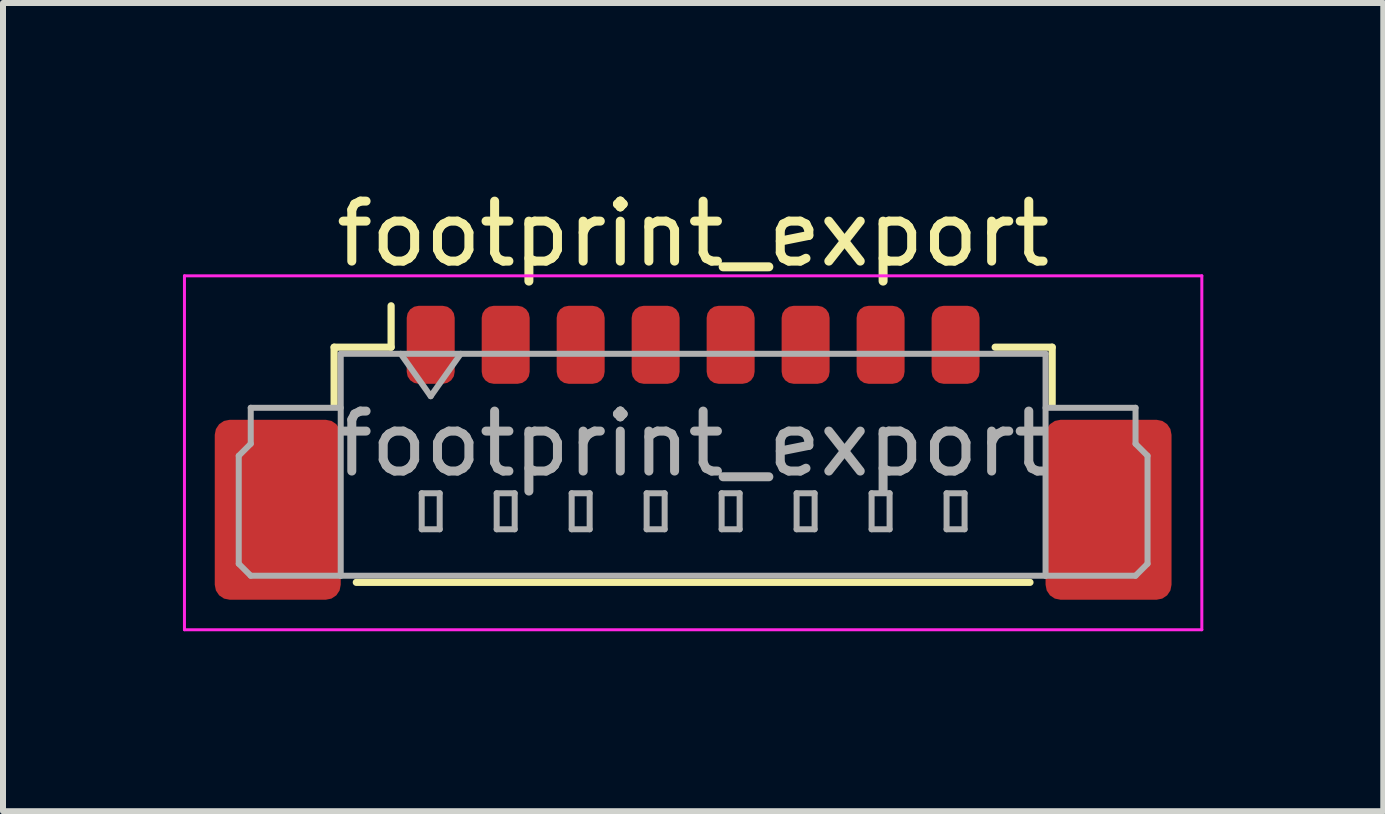
<source format=kicad_pcb>
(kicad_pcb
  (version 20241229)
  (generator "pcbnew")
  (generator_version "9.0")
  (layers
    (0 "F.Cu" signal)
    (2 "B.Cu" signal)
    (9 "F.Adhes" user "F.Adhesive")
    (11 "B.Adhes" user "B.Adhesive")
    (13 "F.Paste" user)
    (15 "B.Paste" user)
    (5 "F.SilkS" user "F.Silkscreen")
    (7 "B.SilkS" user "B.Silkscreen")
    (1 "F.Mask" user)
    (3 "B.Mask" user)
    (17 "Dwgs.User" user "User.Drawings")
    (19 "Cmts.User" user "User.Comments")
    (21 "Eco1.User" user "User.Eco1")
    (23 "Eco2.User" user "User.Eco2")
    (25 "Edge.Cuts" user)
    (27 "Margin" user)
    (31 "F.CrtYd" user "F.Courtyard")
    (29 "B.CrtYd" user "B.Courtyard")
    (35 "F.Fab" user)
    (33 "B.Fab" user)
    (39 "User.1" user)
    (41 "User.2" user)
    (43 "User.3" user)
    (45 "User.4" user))
  (footprint "footprint_export"
    (layer "F.Cu")
    (at 8.505 3.948)
    (property "Reference" "footprint_export" (at 0 -3.1 0) (layer "F.SilkS") (effects (font (size 1 1) (thickness 0.15))))
    (attr smd)
    (fp_line (start -5.985 -1.21) (end -5.035 -1.21) (stroke (width 0.12) (type solid)) (layer "F.SilkS"))
    (fp_line (start -5.985 -0.26) (end -5.985 -1.21) (stroke (width 0.12) (type solid)) (layer "F.SilkS"))
    (fp_line (start -5.615 2.71) (end 5.615 2.71) (stroke (width 0.12) (type solid)) (layer "F.SilkS"))
    (fp_line (start -5.035 -1.21) (end -5.035 -1.9) (stroke (width 0.12) (type solid)) (layer "F.SilkS"))
    (fp_line (start 5.985 -1.21) (end 5.035 -1.21) (stroke (width 0.12) (type solid)) (layer "F.SilkS"))
    (fp_line (start 5.985 -0.26) (end 5.985 -1.21) (stroke (width 0.12) (type solid)) (layer "F.SilkS"))
    (fp_line (start -8.48 -2.4) (end -8.48 3.5) (stroke (width 0.05) (type solid)) (layer "F.CrtYd"))
    (fp_line (start -8.48 3.5) (end 8.48 3.5) (stroke (width 0.05) (type solid)) (layer "F.CrtYd"))
    (fp_line (start 8.48 -2.4) (end -8.48 -2.4) (stroke (width 0.05) (type solid)) (layer "F.CrtYd"))
    (fp_line (start 8.48 3.5) (end 8.48 -2.4) (stroke (width 0.05) (type solid)) (layer "F.CrtYd"))
    (fp_line (start -7.575 0.6) (end -7.375 0.4) (stroke (width 0.1) (type solid)) (layer "F.Fab"))
    (fp_line (start -7.575 2.4) (end -7.575 0.6) (stroke (width 0.1) (type solid)) (layer "F.Fab"))
    (fp_line (start -7.375 -0.2) (end -5.875 -0.2) (stroke (width 0.1) (type solid)) (layer "F.Fab"))
    (fp_line (start -7.375 0.4) (end -7.375 -0.2) (stroke (width 0.1) (type solid)) (layer "F.Fab"))
    (fp_line (start -7.375 2.6) (end -7.575 2.4) (stroke (width 0.1) (type solid)) (layer "F.Fab"))
    (fp_line (start -5.875 -1.1) (end -5.875 2.6) (stroke (width 0.1) (type solid)) (layer "F.Fab"))
    (fp_line (start -5.875 -1.1) (end 5.875 -1.1) (stroke (width 0.1) (type solid)) (layer "F.Fab"))
    (fp_line (start -5.875 2.6) (end -7.375 2.6) (stroke (width 0.1) (type solid)) (layer "F.Fab"))
    (fp_line (start -5.875 2.6) (end 5.875 2.6) (stroke (width 0.1) (type solid)) (layer "F.Fab"))
    (fp_line (start -4.875 -1.1) (end -4.375 -0.393) (stroke (width 0.1) (type solid)) (layer "F.Fab"))
    (fp_line (start -4.525 1.225) (end -4.525 1.825) (stroke (width 0.1) (type solid)) (layer "F.Fab"))
    (fp_line (start -4.525 1.825) (end -4.225 1.825) (stroke (width 0.1) (type solid)) (layer "F.Fab"))
    (fp_line (start -4.375 -0.393) (end -3.875 -1.1) (stroke (width 0.1) (type solid)) (layer "F.Fab"))
    (fp_line (start -4.225 1.225) (end -4.525 1.225) (stroke (width 0.1) (type solid)) (layer "F.Fab"))
    (fp_line (start -4.225 1.825) (end -4.225 1.225) (stroke (width 0.1) (type solid)) (layer "F.Fab"))
    (fp_line (start -3.275 1.225) (end -3.275 1.825) (stroke (width 0.1) (type solid)) (layer "F.Fab"))
    (fp_line (start -3.275 1.825) (end -2.975 1.825) (stroke (width 0.1) (type solid)) (layer "F.Fab"))
    (fp_line (start -2.975 1.225) (end -3.275 1.225) (stroke (width 0.1) (type solid)) (layer "F.Fab"))
    (fp_line (start -2.975 1.825) (end -2.975 1.225) (stroke (width 0.1) (type solid)) (layer "F.Fab"))
    (fp_line (start -2.025 1.225) (end -2.025 1.825) (stroke (width 0.1) (type solid)) (layer "F.Fab"))
    (fp_line (start -2.025 1.825) (end -1.725 1.825) (stroke (width 0.1) (type solid)) (layer "F.Fab"))
    (fp_line (start -1.725 1.225) (end -2.025 1.225) (stroke (width 0.1) (type solid)) (layer "F.Fab"))
    (fp_line (start -1.725 1.825) (end -1.725 1.225) (stroke (width 0.1) (type solid)) (layer "F.Fab"))
    (fp_line (start -0.775 1.225) (end -0.775 1.825) (stroke (width 0.1) (type solid)) (layer "F.Fab"))
    (fp_line (start -0.775 1.825) (end -0.475 1.825) (stroke (width 0.1) (type solid)) (layer "F.Fab"))
    (fp_line (start -0.475 1.225) (end -0.775 1.225) (stroke (width 0.1) (type solid)) (layer "F.Fab"))
    (fp_line (start -0.475 1.825) (end -0.475 1.225) (stroke (width 0.1) (type solid)) (layer "F.Fab"))
    (fp_line (start 0.475 1.225) (end 0.475 1.825) (stroke (width 0.1) (type solid)) (layer "F.Fab"))
    (fp_line (start 0.475 1.825) (end 0.775 1.825) (stroke (width 0.1) (type solid)) (layer "F.Fab"))
    (fp_line (start 0.775 1.225) (end 0.475 1.225) (stroke (width 0.1) (type solid)) (layer "F.Fab"))
    (fp_line (start 0.775 1.825) (end 0.775 1.225) (stroke (width 0.1) (type solid)) (layer "F.Fab"))
    (fp_line (start 1.725 1.225) (end 1.725 1.825) (stroke (width 0.1) (type solid)) (layer "F.Fab"))
    (fp_line (start 1.725 1.825) (end 2.025 1.825) (stroke (width 0.1) (type solid)) (layer "F.Fab"))
    (fp_line (start 2.025 1.225) (end 1.725 1.225) (stroke (width 0.1) (type solid)) (layer "F.Fab"))
    (fp_line (start 2.025 1.825) (end 2.025 1.225) (stroke (width 0.1) (type solid)) (layer "F.Fab"))
    (fp_line (start 2.975 1.225) (end 2.975 1.825) (stroke (width 0.1) (type solid)) (layer "F.Fab"))
    (fp_line (start 2.975 1.825) (end 3.275 1.825) (stroke (width 0.1) (type solid)) (layer "F.Fab"))
    (fp_line (start 3.275 1.225) (end 2.975 1.225) (stroke (width 0.1) (type solid)) (layer "F.Fab"))
    (fp_line (start 3.275 1.825) (end 3.275 1.225) (stroke (width 0.1) (type solid)) (layer "F.Fab"))
    (fp_line (start 4.225 1.225) (end 4.225 1.825) (stroke (width 0.1) (type solid)) (layer "F.Fab"))
    (fp_line (start 4.225 1.825) (end 4.525 1.825) (stroke (width 0.1) (type solid)) (layer "F.Fab"))
    (fp_line (start 4.525 1.225) (end 4.225 1.225) (stroke (width 0.1) (type solid)) (layer "F.Fab"))
    (fp_line (start 4.525 1.825) (end 4.525 1.225) (stroke (width 0.1) (type solid)) (layer "F.Fab"))
    (fp_line (start 5.875 -1.1) (end 5.875 2.6) (stroke (width 0.1) (type solid)) (layer "F.Fab"))
    (fp_line (start 5.875 2.6) (end 7.375 2.6) (stroke (width 0.1) (type solid)) (layer "F.Fab"))
    (fp_line (start 7.375 -0.2) (end 5.875 -0.2) (stroke (width 0.1) (type solid)) (layer "F.Fab"))
    (fp_line (start 7.375 0.4) (end 7.375 -0.2) (stroke (width 0.1) (type solid)) (layer "F.Fab"))
    (fp_line (start 7.375 2.6) (end 7.575 2.4) (stroke (width 0.1) (type solid)) (layer "F.Fab"))
    (fp_line (start 7.575 0.6) (end 7.375 0.4) (stroke (width 0.1) (type solid)) (layer "F.Fab"))
    (fp_line (start 7.575 2.4) (end 7.575 0.6) (stroke (width 0.1) (type solid)) (layer "F.Fab"))
    (fp_text user "${REFERENCE}" (at 0 0.4 0) (layer "F.Fab") (effects (font (size 1 1) (thickness 0.15))))
    (pad "1" smd roundrect (at -4.375 -1.25) (size 0.8 1.3) (layers "F.Cu" "F.Mask" "F.Paste") (roundrect_rratio 0.25))
    (pad "2" smd roundrect (at -3.125 -1.25) (size 0.8 1.3) (layers "F.Cu" "F.Mask" "F.Paste") (roundrect_rratio 0.25))
    (pad "3" smd roundrect (at -1.875 -1.25) (size 0.8 1.3) (layers "F.Cu" "F.Mask" "F.Paste") (roundrect_rratio 0.25))
    (pad "4" smd roundrect (at -0.625 -1.25) (size 0.8 1.3) (layers "F.Cu" "F.Mask" "F.Paste") (roundrect_rratio 0.25))
    (pad "5" smd roundrect (at 0.625 -1.25) (size 0.8 1.3) (layers "F.Cu" "F.Mask" "F.Paste") (roundrect_rratio 0.25))
    (pad "6" smd roundrect (at 1.875 -1.25) (size 0.8 1.3) (layers "F.Cu" "F.Mask" "F.Paste") (roundrect_rratio 0.25))
    (pad "7" smd roundrect (at 3.125 -1.25) (size 0.8 1.3) (layers "F.Cu" "F.Mask" "F.Paste") (roundrect_rratio 0.25))
    (pad "8" smd roundrect (at 4.375 -1.25) (size 0.8 1.3) (layers "F.Cu" "F.Mask" "F.Paste") (roundrect_rratio 0.25))
    (pad "MP" smd roundrect (at -6.925 1.5) (size 2.1 3) (layers "F.Cu" "F.Mask" "F.Paste") (roundrect_rratio 0.119))
    (pad "MP" smd roundrect (at 6.925 1.5) (size 2.1 3) (layers "F.Cu" "F.Mask" "F.Paste") (roundrect_rratio 0.119)))
  (gr_rect
    (start -3 -3)
    (end 20.01 10.473)
    (stroke (width 0.1) (type default))
    (fill no)
    (layer "Edge.Cuts")))
</source>
